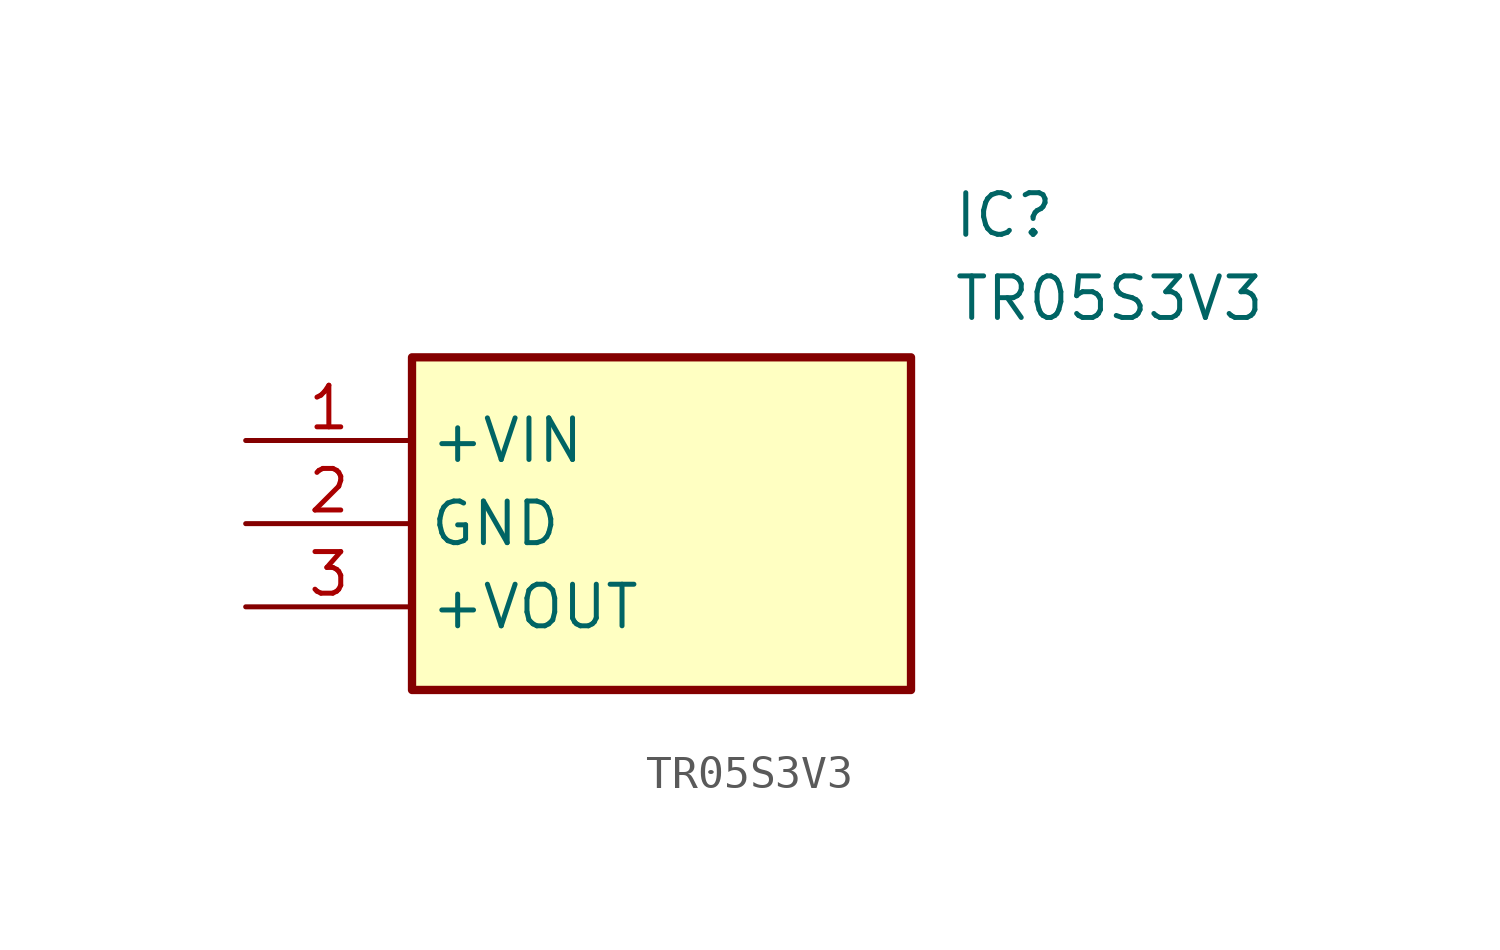
<source format=kicad_sym>
(kicad_symbol_lib
  (version 20211014)
  (generator SamacSys_ECAD_Model)
  (symbol "TR05S3V3"
    (property "Reference" "IC"
      (at 21.59 7.62 0)
      (effects (font (size 1.27 1.27)) (justify left top)))
    (property "Value" "TR05S3V3"
      (at 21.59 5.08 0)
      (effects (font (size 1.27 1.27)) (justify left top)))
    (rectangle
      (start 5.08 2.54)
      (end 20.32 -7.62)
      (stroke (width 0.254) (type default))
      (fill (type background)))
    (pin passive line
      (at 0 0 0)
      (length 5.08)
      (name "+VIN" (effects (font (size 1.27 1.27))))
      (number "1" (effects (font (size 1.27 1.27)))))
    (pin passive line
      (at 0 -2.54 0)
      (length 5.08)
      (name "GND" (effects (font (size 1.27 1.27))))
      (number "2" (effects (font (size 1.27 1.27)))))
    (pin passive line
      (at 0 -5.08 0)
      (length 5.08)
      (name "+VOUT" (effects (font (size 1.27 1.27))))
      (number "3" (effects (font (size 1.27 1.27)))))))
</source>
